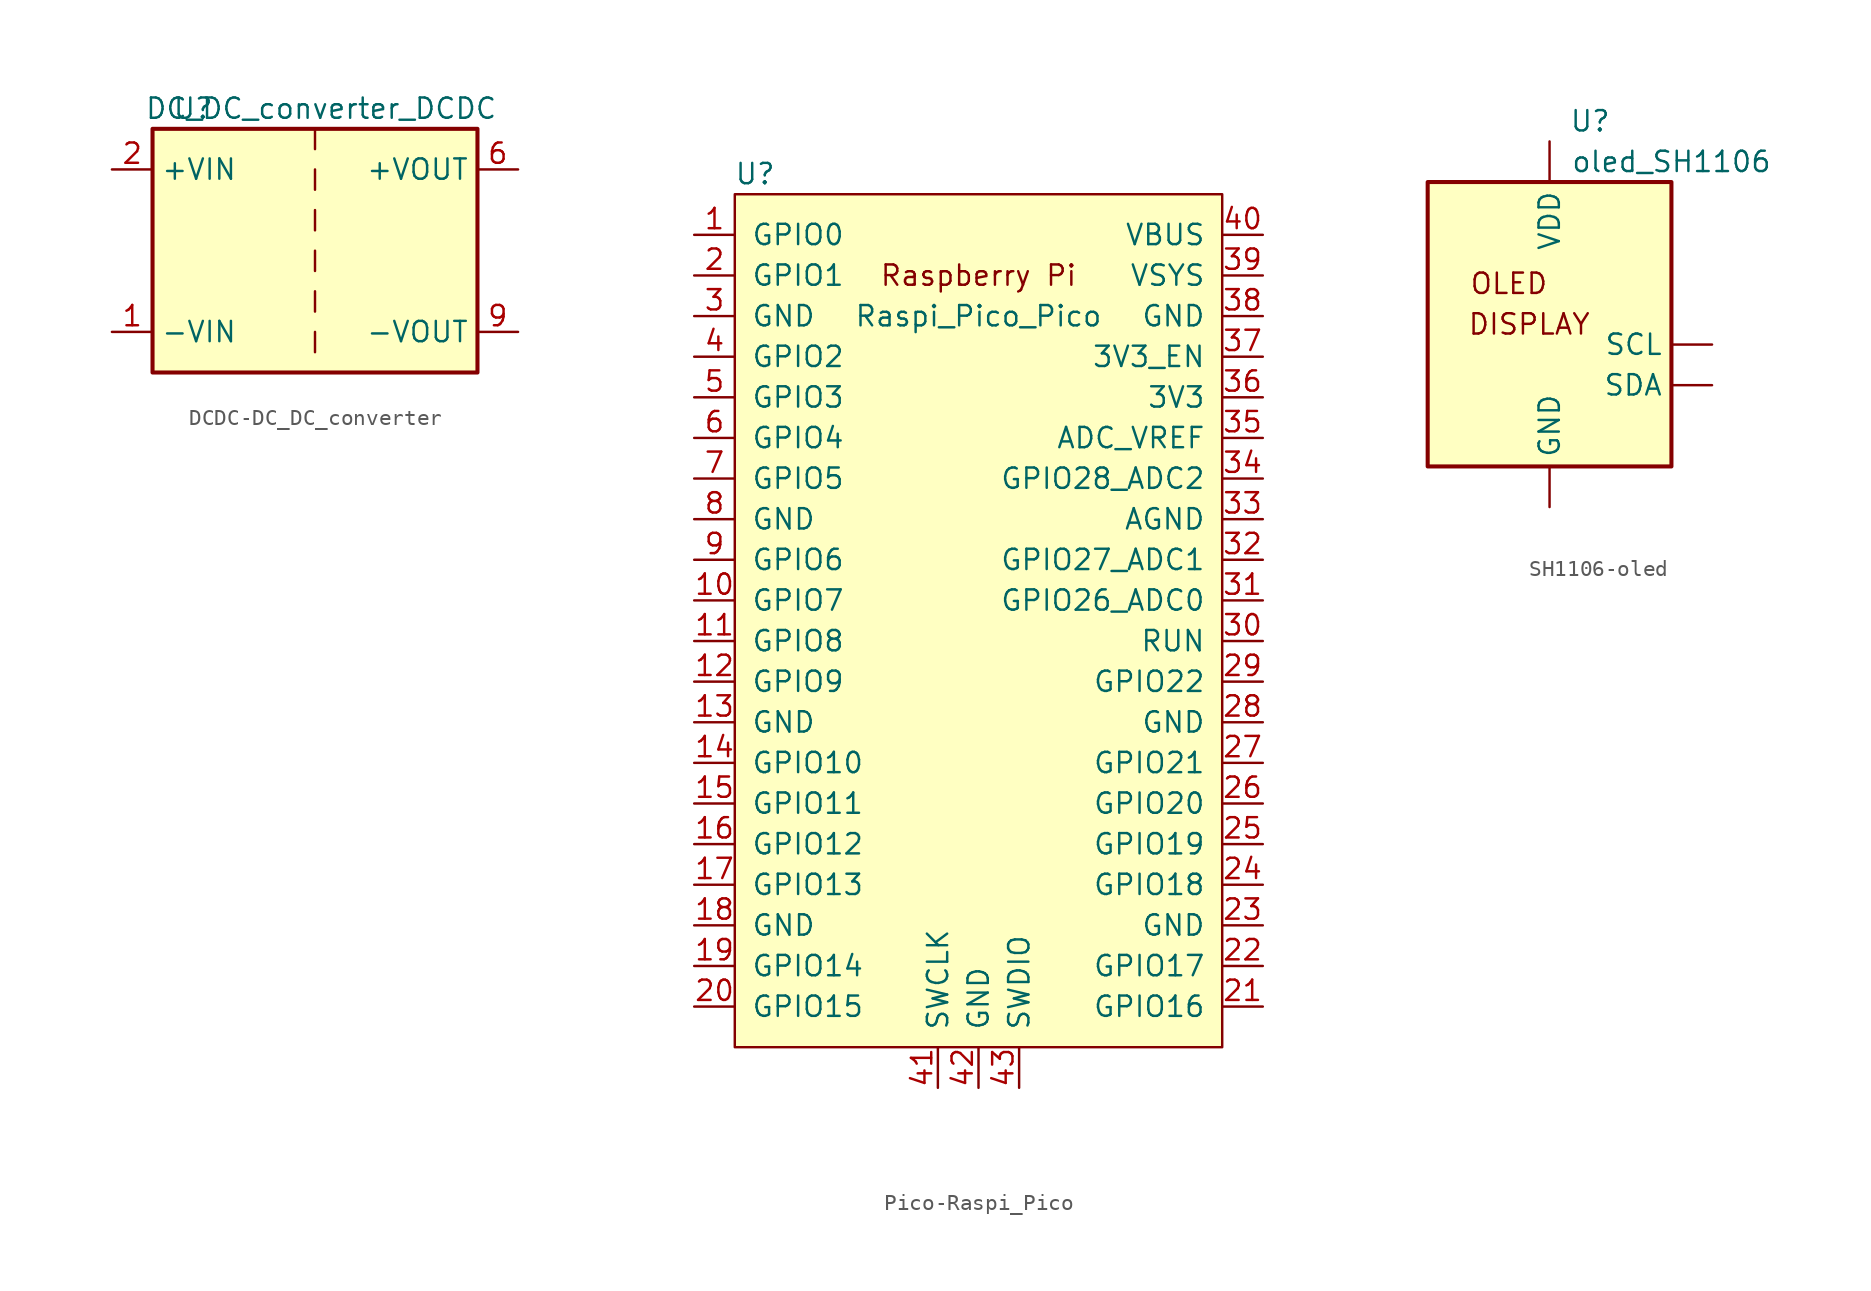
<source format=kicad_sym>
(kicad_symbol_lib
  (version 20220914)
  (generator kicad_symbol_editor)
  (symbol "DCDC-DC_DC_converter"
    (property "Reference" "U"
      (at -7.62 8.89 0)
      (effects (font (size 1.27 1.27))))
    (property "Value" "DC_DC_converter_DCDC"
      (at 11.43 8.89 0)
      (effects (font (size 1.27 1.27)) (justify right)))
    (symbol "DCDC-DC_DC_converter_0_1"
      (rectangle (start -10.16 7.62) (end 10.16 -7.62) (stroke (width 0.254) (type solid)) (fill (type background)))
      (polyline (pts (xy 0 -5.08) (xy 0 -6.35)) (stroke (width 0) (type solid)) (fill (type none)))
      (polyline (pts (xy 0 -2.54) (xy 0 -3.81)) (stroke (width 0) (type solid)) (fill (type none)))
      (polyline (pts (xy 0 0) (xy 0 -1.27)) (stroke (width 0) (type solid)) (fill (type none)))
      (polyline (pts (xy 0 2.54) (xy 0 1.27)) (stroke (width 0) (type solid)) (fill (type none)))
      (polyline (pts (xy 0 5.08) (xy 0 3.81)) (stroke (width 0) (type solid)) (fill (type none)))
      (polyline (pts (xy 0 7.62) (xy 0 6.35)) (stroke (width 0) (type solid)) (fill (type none))))
    (symbol "DCDC-DC_DC_converter_1_1"
      (pin power_in line (at -12.7 -5.08 0) (length 2.54) (name "-VIN" (effects (font (size 1.27 1.27)))) (number "1" (effects (font (size 1.27 1.27)))))
      (pin power_in line (at -12.7 5.08 0) (length 2.54) (name "+VIN" (effects (font (size 1.27 1.27)))) (number "2" (effects (font (size 1.27 1.27)))))
      (pin power_out line (at 12.7 5.08 180) (length 2.54) (name "+VOUT" (effects (font (size 1.27 1.27)))) (number "6" (effects (font (size 1.27 1.27)))))
      (pin no_connect line (at 10.16 2.54 180) (length 2.54) hide (name "NC" (effects (font (size 1.27 1.27)))) (number "7" (effects (font (size 1.27 1.27)))))
      (pin no_connect line (at 10.16 0 180) (length 2.54) hide (name "NC" (effects (font (size 1.27 1.27)))) (number "8" (effects (font (size 1.27 1.27)))))
      (pin power_out line (at 12.7 -5.08 180) (length 2.54) (name "-VOUT" (effects (font (size 1.27 1.27)))) (number "9" (effects (font (size 1.27 1.27)))))))
  (symbol "Pico-Raspi_Pico"
    (pin_names
      (offset 1.016))
    (property "Reference" "U"
      (at -13.97 27.94 0)
      (effects (font (size 1.27 1.27))))
    (property "Value" "Raspi_Pico_Pico"
      (at 0 19.05 0)
      (effects (font (size 1.27 1.27))))
    (symbol "Pico-Raspi_Pico_0_0"
      (text "Raspberry Pi" (at 0 21.59 0) (effects (font (size 1.27 1.27)))))
    (symbol "Pico-Raspi_Pico_0_1"
      (rectangle (start -15.24 26.67) (end 15.24 -26.67) (stroke (width 0) (type solid)) (fill (type background))))
    (symbol "Pico-Raspi_Pico_1_1"
      (pin bidirectional line (at -17.78 24.13 0) (length 2.54) (name "GPIO0" (effects (font (size 1.27 1.27)))) (number "1" (effects (font (size 1.27 1.27)))))
      (pin bidirectional line (at -17.78 1.27 0) (length 2.54) (name "GPIO7" (effects (font (size 1.27 1.27)))) (number "10" (effects (font (size 1.27 1.27)))))
      (pin bidirectional line (at -17.78 -1.27 0) (length 2.54) (name "GPIO8" (effects (font (size 1.27 1.27)))) (number "11" (effects (font (size 1.27 1.27)))))
      (pin bidirectional line (at -17.78 -3.81 0) (length 2.54) (name "GPIO9" (effects (font (size 1.27 1.27)))) (number "12" (effects (font (size 1.27 1.27)))))
      (pin power_in line (at -17.78 -6.35 0) (length 2.54) (name "GND" (effects (font (size 1.27 1.27)))) (number "13" (effects (font (size 1.27 1.27)))))
      (pin bidirectional line (at -17.78 -8.89 0) (length 2.54) (name "GPIO10" (effects (font (size 1.27 1.27)))) (number "14" (effects (font (size 1.27 1.27)))))
      (pin bidirectional line (at -17.78 -11.43 0) (length 2.54) (name "GPIO11" (effects (font (size 1.27 1.27)))) (number "15" (effects (font (size 1.27 1.27)))))
      (pin bidirectional line (at -17.78 -13.97 0) (length 2.54) (name "GPIO12" (effects (font (size 1.27 1.27)))) (number "16" (effects (font (size 1.27 1.27)))))
      (pin bidirectional line (at -17.78 -16.51 0) (length 2.54) (name "GPIO13" (effects (font (size 1.27 1.27)))) (number "17" (effects (font (size 1.27 1.27)))))
      (pin power_in line (at -17.78 -19.05 0) (length 2.54) (name "GND" (effects (font (size 1.27 1.27)))) (number "18" (effects (font (size 1.27 1.27)))))
      (pin bidirectional line (at -17.78 -21.59 0) (length 2.54) (name "GPIO14" (effects (font (size 1.27 1.27)))) (number "19" (effects (font (size 1.27 1.27)))))
      (pin bidirectional line (at -17.78 21.59 0) (length 2.54) (name "GPIO1" (effects (font (size 1.27 1.27)))) (number "2" (effects (font (size 1.27 1.27)))))
      (pin bidirectional line (at -17.78 -24.13 0) (length 2.54) (name "GPIO15" (effects (font (size 1.27 1.27)))) (number "20" (effects (font (size 1.27 1.27)))))
      (pin bidirectional line (at 17.78 -24.13 180) (length 2.54) (name "GPIO16" (effects (font (size 1.27 1.27)))) (number "21" (effects (font (size 1.27 1.27)))))
      (pin bidirectional line (at 17.78 -21.59 180) (length 2.54) (name "GPIO17" (effects (font (size 1.27 1.27)))) (number "22" (effects (font (size 1.27 1.27)))))
      (pin power_in line (at 17.78 -19.05 180) (length 2.54) (name "GND" (effects (font (size 1.27 1.27)))) (number "23" (effects (font (size 1.27 1.27)))))
      (pin bidirectional line (at 17.78 -16.51 180) (length 2.54) (name "GPIO18" (effects (font (size 1.27 1.27)))) (number "24" (effects (font (size 1.27 1.27)))))
      (pin bidirectional line (at 17.78 -13.97 180) (length 2.54) (name "GPIO19" (effects (font (size 1.27 1.27)))) (number "25" (effects (font (size 1.27 1.27)))))
      (pin bidirectional line (at 17.78 -11.43 180) (length 2.54) (name "GPIO20" (effects (font (size 1.27 1.27)))) (number "26" (effects (font (size 1.27 1.27)))))
      (pin bidirectional line (at 17.78 -8.89 180) (length 2.54) (name "GPIO21" (effects (font (size 1.27 1.27)))) (number "27" (effects (font (size 1.27 1.27)))))
      (pin power_in line (at 17.78 -6.35 180) (length 2.54) (name "GND" (effects (font (size 1.27 1.27)))) (number "28" (effects (font (size 1.27 1.27)))))
      (pin bidirectional line (at 17.78 -3.81 180) (length 2.54) (name "GPIO22" (effects (font (size 1.27 1.27)))) (number "29" (effects (font (size 1.27 1.27)))))
      (pin power_in line (at -17.78 19.05 0) (length 2.54) (name "GND" (effects (font (size 1.27 1.27)))) (number "3" (effects (font (size 1.27 1.27)))))
      (pin input line (at 17.78 -1.27 180) (length 2.54) (name "RUN" (effects (font (size 1.27 1.27)))) (number "30" (effects (font (size 1.27 1.27)))))
      (pin bidirectional line (at 17.78 1.27 180) (length 2.54) (name "GPIO26_ADC0" (effects (font (size 1.27 1.27)))) (number "31" (effects (font (size 1.27 1.27)))))
      (pin bidirectional line (at 17.78 3.81 180) (length 2.54) (name "GPIO27_ADC1" (effects (font (size 1.27 1.27)))) (number "32" (effects (font (size 1.27 1.27)))))
      (pin power_in line (at 17.78 6.35 180) (length 2.54) (name "AGND" (effects (font (size 1.27 1.27)))) (number "33" (effects (font (size 1.27 1.27)))))
      (pin bidirectional line (at 17.78 8.89 180) (length 2.54) (name "GPIO28_ADC2" (effects (font (size 1.27 1.27)))) (number "34" (effects (font (size 1.27 1.27)))))
      (pin unspecified line (at 17.78 11.43 180) (length 2.54) (name "ADC_VREF" (effects (font (size 1.27 1.27)))) (number "35" (effects (font (size 1.27 1.27)))))
      (pin unspecified line (at 17.78 13.97 180) (length 2.54) (name "3V3" (effects (font (size 1.27 1.27)))) (number "36" (effects (font (size 1.27 1.27)))))
      (pin input line (at 17.78 16.51 180) (length 2.54) (name "3V3_EN" (effects (font (size 1.27 1.27)))) (number "37" (effects (font (size 1.27 1.27)))))
      (pin bidirectional line (at 17.78 19.05 180) (length 2.54) (name "GND" (effects (font (size 1.27 1.27)))) (number "38" (effects (font (size 1.27 1.27)))))
      (pin unspecified line (at 17.78 21.59 180) (length 2.54) (name "VSYS" (effects (font (size 1.27 1.27)))) (number "39" (effects (font (size 1.27 1.27)))))
      (pin bidirectional line (at -17.78 16.51 0) (length 2.54) (name "GPIO2" (effects (font (size 1.27 1.27)))) (number "4" (effects (font (size 1.27 1.27)))))
      (pin unspecified line (at 17.78 24.13 180) (length 2.54) (name "VBUS" (effects (font (size 1.27 1.27)))) (number "40" (effects (font (size 1.27 1.27)))))
      (pin input line (at -2.54 -29.21 90) (length 2.54) (name "SWCLK" (effects (font (size 1.27 1.27)))) (number "41" (effects (font (size 1.27 1.27)))))
      (pin power_in line (at 0 -29.21 90) (length 2.54) (name "GND" (effects (font (size 1.27 1.27)))) (number "42" (effects (font (size 1.27 1.27)))))
      (pin bidirectional line (at 2.54 -29.21 90) (length 2.54) (name "SWDIO" (effects (font (size 1.27 1.27)))) (number "43" (effects (font (size 1.27 1.27)))))
      (pin bidirectional line (at -17.78 13.97 0) (length 2.54) (name "GPIO3" (effects (font (size 1.27 1.27)))) (number "5" (effects (font (size 1.27 1.27)))))
      (pin bidirectional line (at -17.78 11.43 0) (length 2.54) (name "GPIO4" (effects (font (size 1.27 1.27)))) (number "6" (effects (font (size 1.27 1.27)))))
      (pin bidirectional line (at -17.78 8.89 0) (length 2.54) (name "GPIO5" (effects (font (size 1.27 1.27)))) (number "7" (effects (font (size 1.27 1.27)))))
      (pin power_in line (at -17.78 6.35 0) (length 2.54) (name "GND" (effects (font (size 1.27 1.27)))) (number "8" (effects (font (size 1.27 1.27)))))
      (pin bidirectional line (at -17.78 3.81 0) (length 2.54) (name "GPIO6" (effects (font (size 1.27 1.27)))) (number "9" (effects (font (size 1.27 1.27)))))))
  (symbol "SH1106-oled"
    (pin_numbers hide)
    (property "Reference" "U"
      (at 2.54 13.97 0)
      (effects (font (size 1.27 1.27))))
    (property "Value" "oled_SH1106"
      (at 7.62 11.43 0)
      (effects (font (size 1.27 1.27))))
    (symbol "SH1106-oled_0_0"
      (text "DISPLAY" (at -1.27 1.27 0) (effects (font (size 1.27 1.27))))
      (text "OLED" (at -2.54 3.81 0) (effects (font (size 1.27 1.27)))))
    (symbol "SH1106-oled_0_1"
      (rectangle (start -7.62 10.16) (end 7.62 -7.62) (stroke (width 0.254) (type solid)) (fill (type background))))
    (symbol "SH1106-oled_1_1"
      (pin input line (at 10.16 0 180) (length 2.54) (name "SCL" (effects (font (size 1.27 1.27)))) (number "10" (effects (font (size 1.27 1.27)))))
      (pin power_in line (at 0 -10.16 90) (length 2.54) (name "GND" (effects (font (size 1.27 1.27)))) (number "3" (effects (font (size 1.27 1.27)))))
      (pin power_in line (at 0 12.7 270) (length 2.54) (name "VDD" (effects (font (size 1.27 1.27)))) (number "8" (effects (font (size 1.27 1.27)))))
      (pin bidirectional line (at 10.16 -2.54 180) (length 2.54) (name "SDA" (effects (font (size 1.27 1.27)))) (number "9" (effects (font (size 1.27 1.27))))))))
</source>
